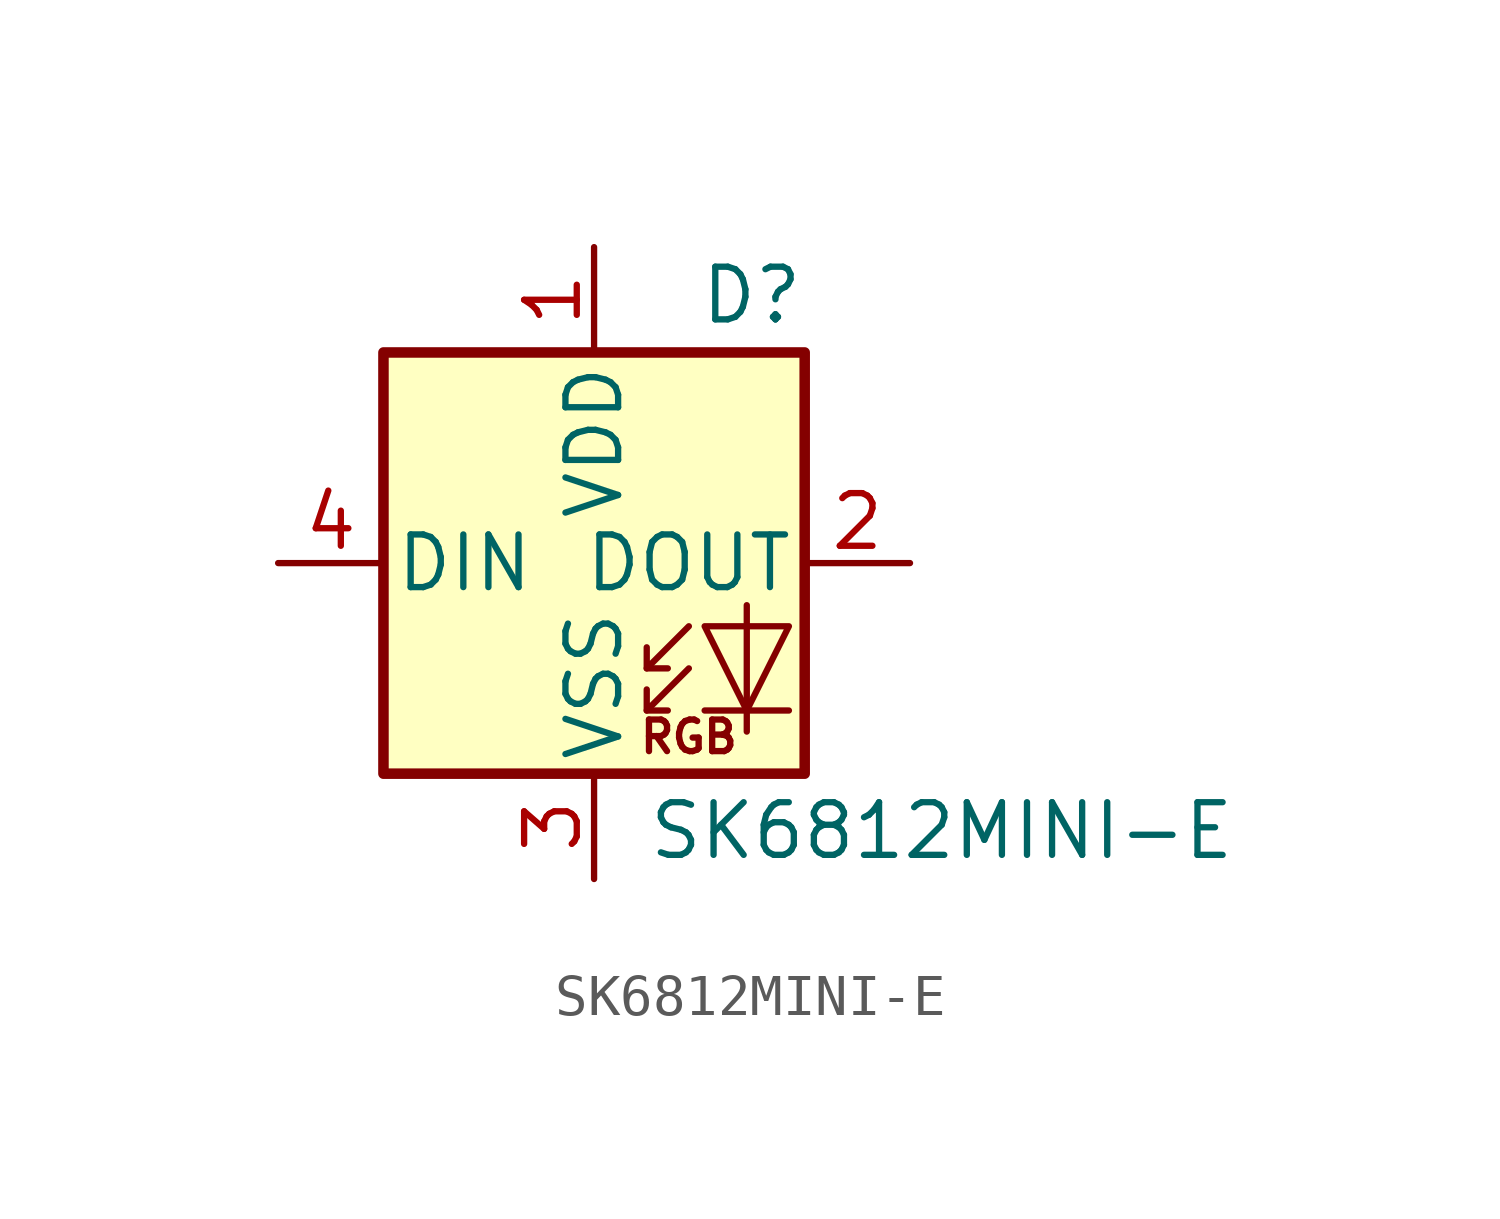
<source format=kicad_sym>
(kicad_symbol_lib
  (version 20220914)
  (generator kicad_symbol_editor)
  (symbol "SK6812MINI-E"
    (pin_names
      (offset 0.254))
    (property "Reference" "D"
      (at 5.08 5.715 0)
      (effects (font (size 1.27 1.27)) (justify right bottom)))
    (property "Value" "SK6812MINI-E"
      (at 1.27 -5.715 0)
      (effects (font (size 1.27 1.27)) (justify left top)))
    (symbol "SK6812MINI-E_0_0"
      (text "RGB" (at 2.286 -4.191 0) (effects (font (size 0.762 0.762)))))
    (symbol "SK6812MINI-E_0_1"
      (polyline (pts (xy 1.27 -3.556) (xy 1.778 -3.556)) (stroke (width 0) (type solid)) (fill (type none)))
      (polyline (pts (xy 1.27 -2.54) (xy 1.778 -2.54)) (stroke (width 0) (type solid)) (fill (type none)))
      (polyline (pts (xy 4.699 -3.556) (xy 2.667 -3.556)) (stroke (width 0) (type solid)) (fill (type none)))
      (polyline (pts (xy 2.286 -2.54) (xy 1.27 -3.556) (xy 1.27 -3.048)) (stroke (width 0) (type solid)) (fill (type none)))
      (polyline (pts (xy 2.286 -1.524) (xy 1.27 -2.54) (xy 1.27 -2.032)) (stroke (width 0) (type solid)) (fill (type none)))
      (polyline (pts (xy 3.683 -1.016) (xy 3.683 -3.556) (xy 3.683 -4.064)) (stroke (width 0) (type solid)) (fill (type none)))
      (polyline (pts (xy 4.699 -1.524) (xy 2.667 -1.524) (xy 3.683 -3.556) (xy 4.699 -1.524)) (stroke (width 0) (type solid)) (fill (type none)))
      (rectangle (start 5.08 5.08) (end -5.08 -5.08) (stroke (width 0.254) (type solid)) (fill (type background))))
    (symbol "SK6812MINI-E_1_1"
      (pin power_in line (at 0 7.62 270) (length 2.54) (name "VDD" (effects (font (size 1.27 1.27)))) (number "1" (effects (font (size 1.27 1.27)))))
      (pin output line (at 7.62 0 180) (length 2.54) (name "DOUT" (effects (font (size 1.27 1.27)))) (number "2" (effects (font (size 1.27 1.27)))))
      (pin power_in line (at 0 -7.62 90) (length 2.54) (name "VSS" (effects (font (size 1.27 1.27)))) (number "3" (effects (font (size 1.27 1.27)))))
      (pin input line (at -7.62 0 0) (length 2.54) (name "DIN" (effects (font (size 1.27 1.27)))) (number "4" (effects (font (size 1.27 1.27))))))))
</source>
